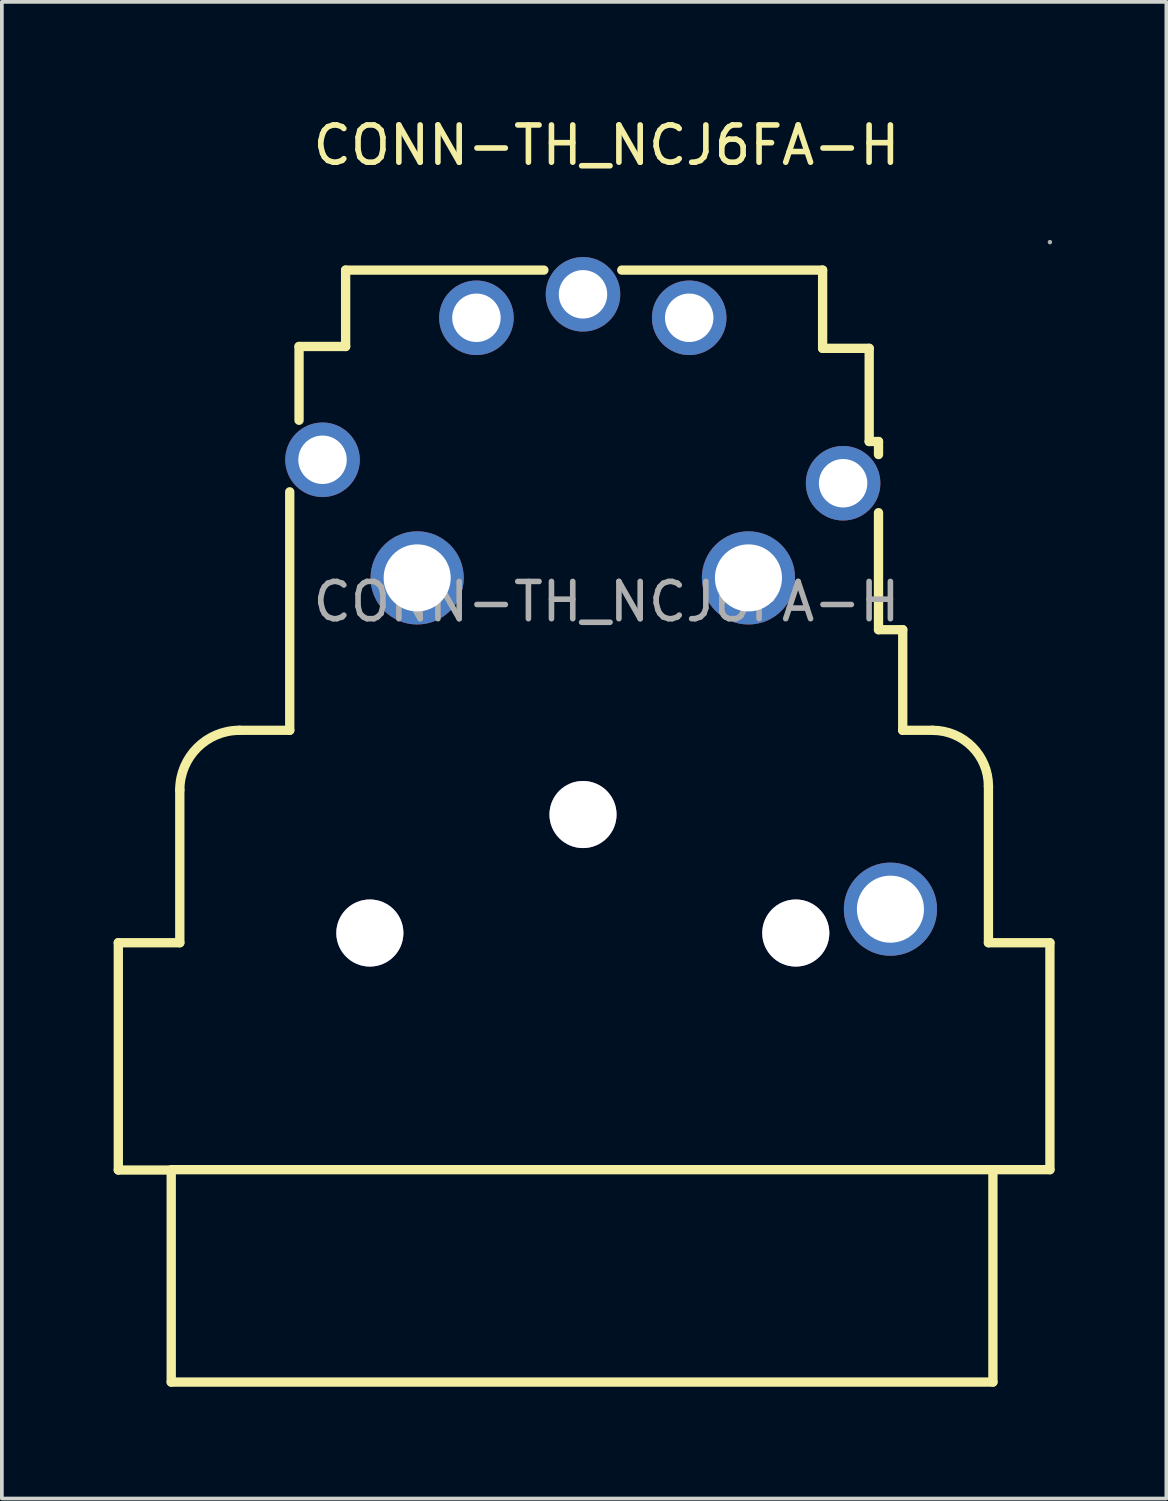
<source format=kicad_pcb>
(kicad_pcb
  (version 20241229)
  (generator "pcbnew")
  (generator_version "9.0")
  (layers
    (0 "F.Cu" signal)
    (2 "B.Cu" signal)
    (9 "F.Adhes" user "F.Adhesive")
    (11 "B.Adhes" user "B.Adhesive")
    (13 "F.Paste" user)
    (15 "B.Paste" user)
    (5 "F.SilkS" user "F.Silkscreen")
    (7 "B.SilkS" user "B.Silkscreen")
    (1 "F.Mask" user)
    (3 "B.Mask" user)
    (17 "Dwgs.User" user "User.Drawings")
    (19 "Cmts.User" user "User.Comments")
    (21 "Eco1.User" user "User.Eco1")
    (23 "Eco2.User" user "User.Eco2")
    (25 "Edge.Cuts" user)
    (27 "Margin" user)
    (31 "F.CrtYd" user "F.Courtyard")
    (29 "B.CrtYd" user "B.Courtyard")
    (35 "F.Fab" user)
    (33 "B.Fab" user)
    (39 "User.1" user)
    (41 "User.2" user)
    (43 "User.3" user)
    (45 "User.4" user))
  (footprint "CONN-TH_NCJ6FA-H"
    (layer "F.Cu")
    (at 13.225 13.098)
    (property "Reference" "CONN-TH_NCJ6FA-H" (at 0 -12.25 0) (layer "F.SilkS") (effects (font (size 1 1) (thickness 0.15))))
    (attr through_hole)
    (fp_line (start -13.1 9.15) (end -13.1 15.25) (stroke (width 0.25) (type solid)) (layer "F.SilkS"))
    (fp_line (start -13.1 15.25) (end -11.68 15.25) (stroke (width 0.25) (type solid)) (layer "F.SilkS"))
    (fp_line (start -11.68 20.94) (end -11.68 15.24) (stroke (width 0.25) (type solid)) (layer "F.SilkS"))
    (fp_line (start -11.63 15.24) (end 10.37 15.24) (stroke (width 0.25) (type solid)) (layer "F.SilkS"))
    (fp_line (start -11.45 5.05) (end -11.45 9.15) (stroke (width 0.25) (type solid)) (layer "F.SilkS"))
    (fp_line (start -11.45 9.15) (end -13.1 9.15) (stroke (width 0.25) (type solid)) (layer "F.SilkS"))
    (fp_line (start -8.5 -2.95) (end -8.5 3.45) (stroke (width 0.25) (type solid)) (layer "F.SilkS"))
    (fp_line (start -8.5 3.45) (end -9.85 3.45) (stroke (width 0.25) (type solid)) (layer "F.SilkS"))
    (fp_line (start -8.25 -6.85) (end -8.25 -4.87) (stroke (width 0.25) (type solid)) (layer "F.SilkS"))
    (fp_line (start -7 -8.9) (end -7 -6.85) (stroke (width 0.25) (type solid)) (layer "F.SilkS"))
    (fp_line (start -7 -6.85) (end -8.25 -6.85) (stroke (width 0.25) (type solid)) (layer "F.SilkS"))
    (fp_line (start -1.68 -8.9) (end -7 -8.9) (stroke (width 0.25) (type solid)) (layer "F.SilkS"))
    (fp_line (start 5.8 -8.9) (end 0.41 -8.9) (stroke (width 0.25) (type solid)) (layer "F.SilkS"))
    (fp_line (start 5.8 -6.8) (end 5.8 -8.9) (stroke (width 0.25) (type solid)) (layer "F.SilkS"))
    (fp_line (start 7.05 -6.8) (end 5.8 -6.8) (stroke (width 0.25) (type solid)) (layer "F.SilkS"))
    (fp_line (start 7.05 -4.3) (end 7.05 -6.8) (stroke (width 0.25) (type solid)) (layer "F.SilkS"))
    (fp_line (start 7.3 -4.3) (end 7.05 -4.3) (stroke (width 0.25) (type solid)) (layer "F.SilkS"))
    (fp_line (start 7.3 -3.95) (end 7.3 -4.3) (stroke (width 0.25) (type solid)) (layer "F.SilkS"))
    (fp_line (start 7.3 0.75) (end 7.3 -2.39) (stroke (width 0.25) (type solid)) (layer "F.SilkS"))
    (fp_line (start 7.95 0.75) (end 7.3 0.75) (stroke (width 0.25) (type solid)) (layer "F.SilkS"))
    (fp_line (start 7.95 3.45) (end 7.95 0.75) (stroke (width 0.25) (type solid)) (layer "F.SilkS"))
    (fp_line (start 8.75 3.45) (end 7.95 3.45) (stroke (width 0.25) (type solid)) (layer "F.SilkS"))
    (fp_line (start 10.25 9.15) (end 10.25 4.95) (stroke (width 0.25) (type solid)) (layer "F.SilkS"))
    (fp_line (start 10.37 15.24) (end 10.37 20.94) (stroke (width 0.25) (type solid)) (layer "F.SilkS"))
    (fp_line (start 10.37 15.24) (end 11.9 15.24) (stroke (width 0.25) (type solid)) (layer "F.SilkS"))
    (fp_line (start 10.37 20.94) (end -11.68 20.94) (stroke (width 0.25) (type solid)) (layer "F.SilkS"))
    (fp_line (start 11.9 9.15) (end 10.25 9.15) (stroke (width 0.25) (type solid)) (layer "F.SilkS"))
    (fp_line (start 11.9 15.24) (end 11.9 9.15) (stroke (width 0.25) (type solid)) (layer "F.SilkS"))
    (fp_arc (start -11.45 5.05) (mid -10.981371 3.918629) (end -9.85 3.45) (stroke (width 0.25) (type solid)) (layer "F.SilkS"))
    (fp_arc (start 8.75 3.45) (mid 9.81066 3.88934) (end 10.25 4.95) (stroke (width 0.25) (type solid)) (layer "F.SilkS"))
    (fp_circle (center -6.35 8.89) (end -5.95 8.89) (stroke (width 0.8) (type solid)) (fill no) (layer "Cmts.User"))
    (fp_circle (center -0.63 5.71) (end -0.23 5.71) (stroke (width 0.8) (type solid)) (fill no) (layer "Cmts.User"))
    (fp_circle (center 5.08 8.89) (end 5.48 8.89) (stroke (width 0.8) (type solid)) (fill no) (layer "Cmts.User"))
    (fp_circle (center 11.9 -9.65) (end 11.93 -9.65) (stroke (width 0.06) (type solid)) (fill no) (layer "F.Fab"))
    (fp_text user "${REFERENCE}" (at 0 0 0) (layer "F.Fab") (effects (font (size 1 1) (thickness 0.15))))
    (pad "" thru_hole circle (at -6.35 8.89) (size 1.8 1.8) (drill 1.8) (layers "*.Cu" "*.Mask"))
    (pad "" thru_hole circle (at -0.63 5.71) (size 1.8 1.8) (drill 1.8) (layers "*.Cu" "*.Mask"))
    (pad "" thru_hole circle (at 5.08 8.89) (size 1.8 1.8) (drill 1.8) (layers "*.Cu" "*.Mask"))
    (pad "1" thru_hole circle (at 6.35 -3.18 180) (size 2 2) (drill 1.3) (layers "*.Cu" "*.Mask"))
    (pad "2" thru_hole circle (at -7.62 -3.81 180) (size 2 2) (drill 1.3) (layers "*.Cu" "*.Mask"))
    (pad "3" thru_hole circle (at -0.63 -8.25 180) (size 2 2) (drill 1.3) (layers "*.Cu" "*.Mask"))
    (pad "4" thru_hole circle (at 2.22 -7.62 180) (size 2 2) (drill 1.3) (layers "*.Cu" "*.Mask"))
    (pad "5" thru_hole circle (at -3.49 -7.62 180) (size 2 2) (drill 1.3) (layers "*.Cu" "*.Mask"))
    (pad "6" thru_hole circle (at 3.81 -0.64 180) (size 2.5 2.5) (drill 1.8) (layers "*.Cu" "*.Mask"))
    (pad "7" thru_hole circle (at -5.08 -0.64 180) (size 2.5 2.5) (drill 1.8) (layers "*.Cu" "*.Mask"))
    (pad "8" thru_hole circle (at 7.62 8.25 180) (size 2.5 2.5) (drill 1.8) (layers "*.Cu" "*.Mask")))
  (gr_rect
    (start -3 -3)
    (end 28.25 37.163)
    (stroke (width 0.1) (type default))
    (fill no)
    (layer "Edge.Cuts")))
</source>
